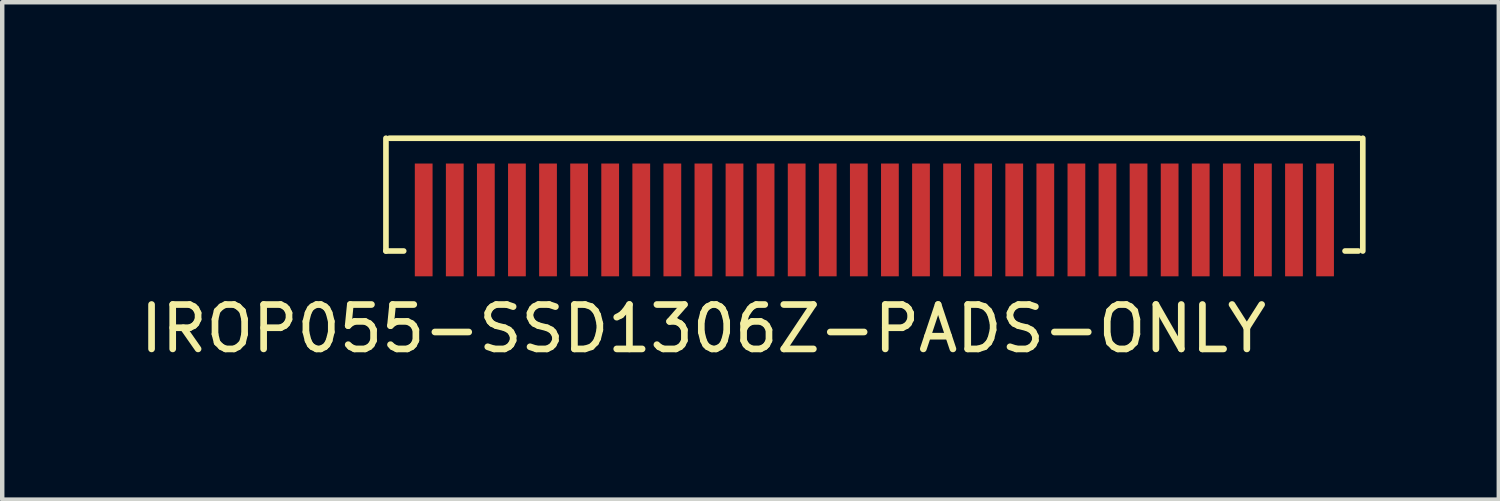
<source format=kicad_pcb>
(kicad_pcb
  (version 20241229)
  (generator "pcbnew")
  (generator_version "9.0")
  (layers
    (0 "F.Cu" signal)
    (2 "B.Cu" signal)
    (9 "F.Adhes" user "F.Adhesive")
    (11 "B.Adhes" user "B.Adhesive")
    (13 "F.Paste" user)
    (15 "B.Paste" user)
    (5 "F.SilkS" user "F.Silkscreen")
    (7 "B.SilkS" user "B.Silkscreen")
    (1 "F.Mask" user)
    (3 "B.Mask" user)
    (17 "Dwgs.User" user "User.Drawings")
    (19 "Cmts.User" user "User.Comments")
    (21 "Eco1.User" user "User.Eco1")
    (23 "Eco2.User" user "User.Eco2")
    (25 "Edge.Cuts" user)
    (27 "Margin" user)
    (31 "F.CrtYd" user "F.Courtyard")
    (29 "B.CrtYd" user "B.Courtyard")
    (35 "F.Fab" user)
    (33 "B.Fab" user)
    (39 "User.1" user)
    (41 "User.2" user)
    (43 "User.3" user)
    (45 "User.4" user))
  (footprint "IROP055-SSD1306Z-PADS-ONLY"
    (layer "F.Cu")
    (at 16.642 2.603)
    (property "Reference" "IROP055-SSD1306Z-PADS-ONLY" (at -3.85 1.75 0) (layer "F.SilkS") (effects (font (size 1 1) (thickness 0.15))))
    (attr smd)
    (fp_line (start -11 0) (end -11 -2.54) (stroke (width 0.127) (type solid)) (layer "F.SilkS"))
    (fp_line (start -11 0) (end -10.6 0) (stroke (width 0.127) (type solid)) (layer "F.SilkS"))
    (fp_line (start -10.922 -2.54) (end 10.922 -2.54) (stroke (width 0.127) (type solid)) (layer "F.SilkS"))
    (fp_line (start 10.9 0) (end 10.6 0) (stroke (width 0.127) (type solid)) (layer "F.SilkS"))
    (fp_line (start 11 -2.54) (end 11 0) (stroke (width 0.127) (type solid)) (layer "F.SilkS"))
    (pad "1" smd rect (at -10.15 -0.7) (size 0.4 2.54) (layers "F.Cu" "F.Mask" "F.Paste"))
    (pad "2" smd rect (at -9.45 -0.7) (size 0.4 2.54) (layers "F.Cu" "F.Mask" "F.Paste"))
    (pad "3" smd rect (at -8.75 -0.7) (size 0.4 2.54) (layers "F.Cu" "F.Mask" "F.Paste"))
    (pad "4" smd rect (at -8.05 -0.7) (size 0.4 2.54) (layers "F.Cu" "F.Mask" "F.Paste"))
    (pad "5" smd rect (at -7.35 -0.7) (size 0.4 2.54) (layers "F.Cu" "F.Mask" "F.Paste"))
    (pad "6" smd rect (at -6.65 -0.7) (size 0.4 2.54) (layers "F.Cu" "F.Mask" "F.Paste"))
    (pad "7" smd rect (at -5.95 -0.7) (size 0.4 2.54) (layers "F.Cu" "F.Mask" "F.Paste"))
    (pad "8" smd rect (at -5.25 -0.7) (size 0.4 2.54) (layers "F.Cu" "F.Mask" "F.Paste"))
    (pad "9" smd rect (at -4.55 -0.7) (size 0.4 2.54) (layers "F.Cu" "F.Mask" "F.Paste"))
    (pad "10" smd rect (at -3.85 -0.7) (size 0.4 2.54) (layers "F.Cu" "F.Mask" "F.Paste"))
    (pad "11" smd rect (at -3.15 -0.7) (size 0.4 2.54) (layers "F.Cu" "F.Mask" "F.Paste"))
    (pad "12" smd rect (at -2.45 -0.7) (size 0.4 2.54) (layers "F.Cu" "F.Mask" "F.Paste"))
    (pad "13" smd rect (at -1.75 -0.7) (size 0.4 2.54) (layers "F.Cu" "F.Mask" "F.Paste"))
    (pad "14" smd rect (at -1.05 -0.7) (size 0.4 2.54) (layers "F.Cu" "F.Mask" "F.Paste"))
    (pad "15" smd rect (at -0.35 -0.7) (size 0.4 2.54) (layers "F.Cu" "F.Mask" "F.Paste"))
    (pad "16" smd rect (at 0.35 -0.7) (size 0.4 2.54) (layers "F.Cu" "F.Mask" "F.Paste"))
    (pad "17" smd rect (at 1.05 -0.7) (size 0.4 2.54) (layers "F.Cu" "F.Mask" "F.Paste"))
    (pad "18" smd rect (at 1.75 -0.7) (size 0.4 2.54) (layers "F.Cu" "F.Mask" "F.Paste"))
    (pad "19" smd rect (at 2.45 -0.7) (size 0.4 2.54) (layers "F.Cu" "F.Mask" "F.Paste"))
    (pad "20" smd rect (at 3.15 -0.7) (size 0.4 2.54) (layers "F.Cu" "F.Mask" "F.Paste"))
    (pad "21" smd rect (at 3.85 -0.7) (size 0.4 2.54) (layers "F.Cu" "F.Mask" "F.Paste"))
    (pad "22" smd rect (at 4.55 -0.7) (size 0.4 2.54) (layers "F.Cu" "F.Mask" "F.Paste"))
    (pad "23" smd rect (at 5.25 -0.7) (size 0.4 2.54) (layers "F.Cu" "F.Mask" "F.Paste"))
    (pad "24" smd rect (at 5.95 -0.7) (size 0.4 2.54) (layers "F.Cu" "F.Mask" "F.Paste"))
    (pad "25" smd rect (at 6.65 -0.7) (size 0.4 2.54) (layers "F.Cu" "F.Mask" "F.Paste"))
    (pad "26" smd rect (at 7.35 -0.7) (size 0.4 2.54) (layers "F.Cu" "F.Mask" "F.Paste"))
    (pad "27" smd rect (at 8.05 -0.7) (size 0.4 2.54) (layers "F.Cu" "F.Mask" "F.Paste"))
    (pad "28" smd rect (at 8.75 -0.7) (size 0.4 2.54) (layers "F.Cu" "F.Mask" "F.Paste"))
    (pad "29" smd rect (at 9.45 -0.7) (size 0.4 2.54) (layers "F.Cu" "F.Mask" "F.Paste"))
    (pad "30" smd rect (at 10.15 -0.7) (size 0.4 2.54) (layers "F.Cu" "F.Mask" "F.Paste")))
  (gr_rect
    (start -3 -3)
    (end 30.705 8.202)
    (stroke (width 0.1) (type default))
    (fill no)
    (layer "Edge.Cuts")))
</source>
